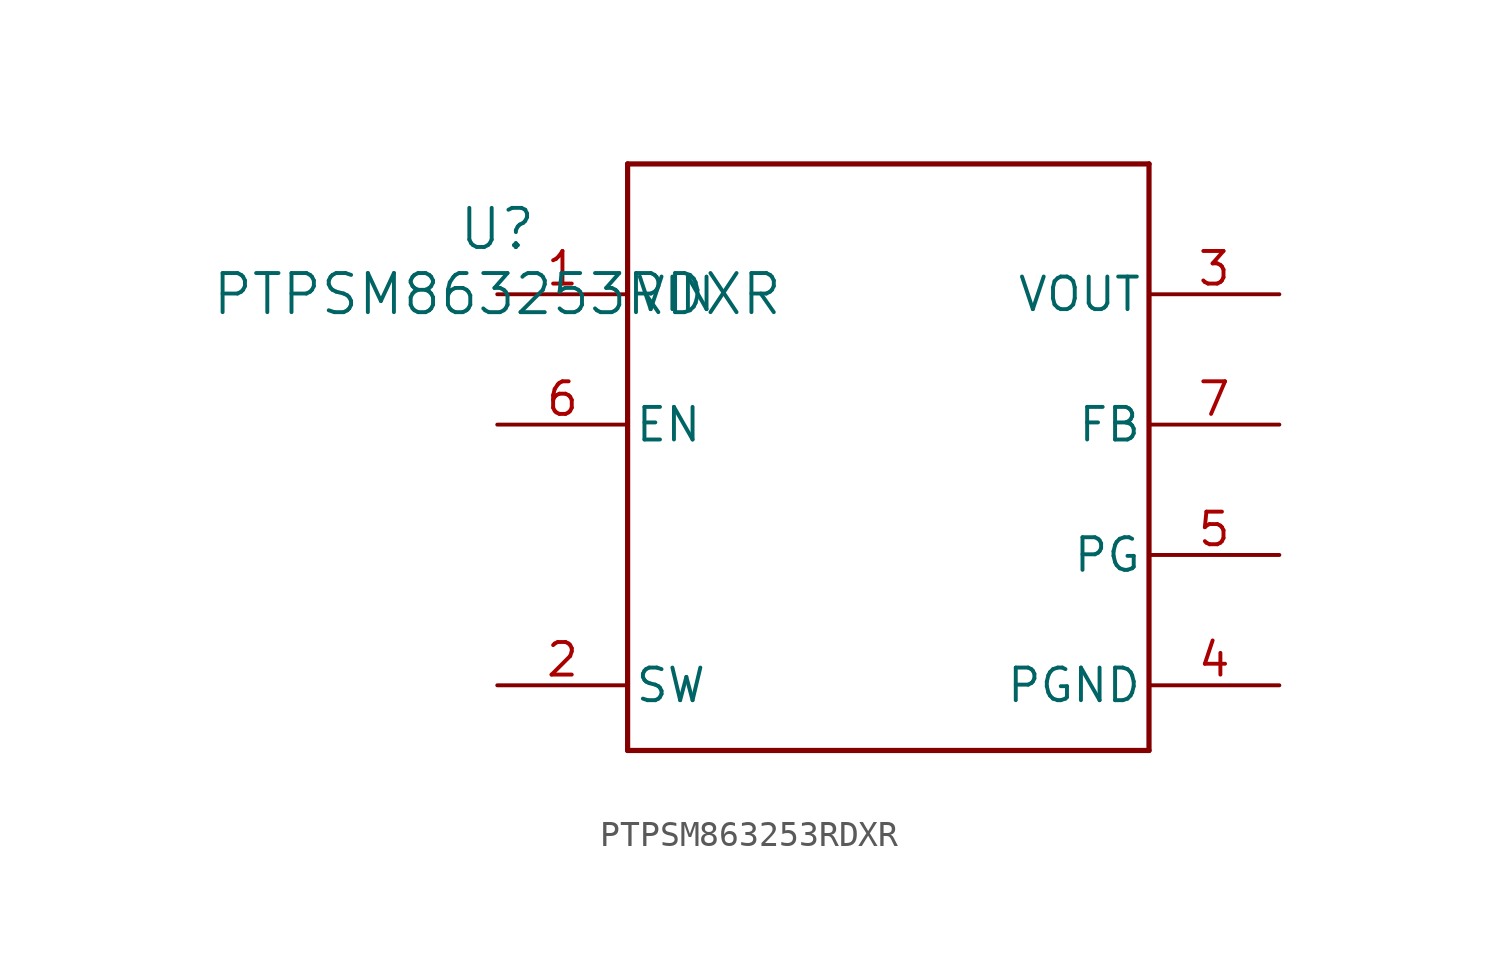
<source format=kicad_sym>
(kicad_symbol_lib
  (version 20211014)
  (generator kicad_symbol_editor)
  (symbol "PTPSM863253RDXR"
    (pin_names
      (offset 0.254))
    (property "Reference" "U"
      (at 0 2.54 0)
      (effects (font (size 1.524 1.524))))
    (property "Value" "PTPSM863253RDXR"
      (at 0 0 0)
      (effects (font (size 1.524 1.524))))
    (symbol "PTPSM863253RDXR_0_1"
      (polyline (pts (xy 5.08 -17.78) (xy 25.4 -17.78)) (stroke (width 0.203) (type default) (color 0 0 0 0)) (fill (type none)))
      (polyline (pts (xy 25.4 -17.78) (xy 25.4 5.08)) (stroke (width 0.203) (type default) (color 0 0 0 0)) (fill (type none)))
      (polyline (pts (xy 25.4 5.08) (xy 5.08 5.08)) (stroke (width 0.203) (type default) (color 0 0 0 0)) (fill (type none)))
      (polyline (pts (xy 5.08 5.08) (xy 5.08 -17.78)) (stroke (width 0.203) (type default) (color 0 0 0 0)) (fill (type none)))
      (pin power_in line (at 0 0 0) (length 5.08) (name "VIN" (effects (font (size 1.27 1.27)))) (number "1" (effects (font (size 1.27 1.27)))))
      (pin unspecified line (at 0 -15.24 0) (length 5.08) (name "SW" (effects (font (size 1.27 1.27)))) (number "2" (effects (font (size 1.27 1.27)))))
      (pin power_in line (at 30.48 0 180) (length 5.08) (name "VOUT" (effects (font (size 1.27 1.27)))) (number "3" (effects (font (size 1.27 1.27)))))
      (pin power_in line (at 30.48 -15.24 180) (length 5.08) (name "PGND" (effects (font (size 1.27 1.27)))) (number "4" (effects (font (size 1.27 1.27)))))
      (pin open_collector line (at 30.48 -10.16 180) (length 5.08) (name "PG" (effects (font (size 1.27 1.27)))) (number "5" (effects (font (size 1.27 1.27)))))
      (pin input line (at 0 -5.08 0) (length 5.08) (name "EN" (effects (font (size 1.27 1.27)))) (number "6" (effects (font (size 1.27 1.27)))))
      (pin unspecified line (at 30.48 -5.08 180) (length 5.08) (name "FB" (effects (font (size 1.27 1.27)))) (number "7" (effects (font (size 1.27 1.27))))))))
</source>
